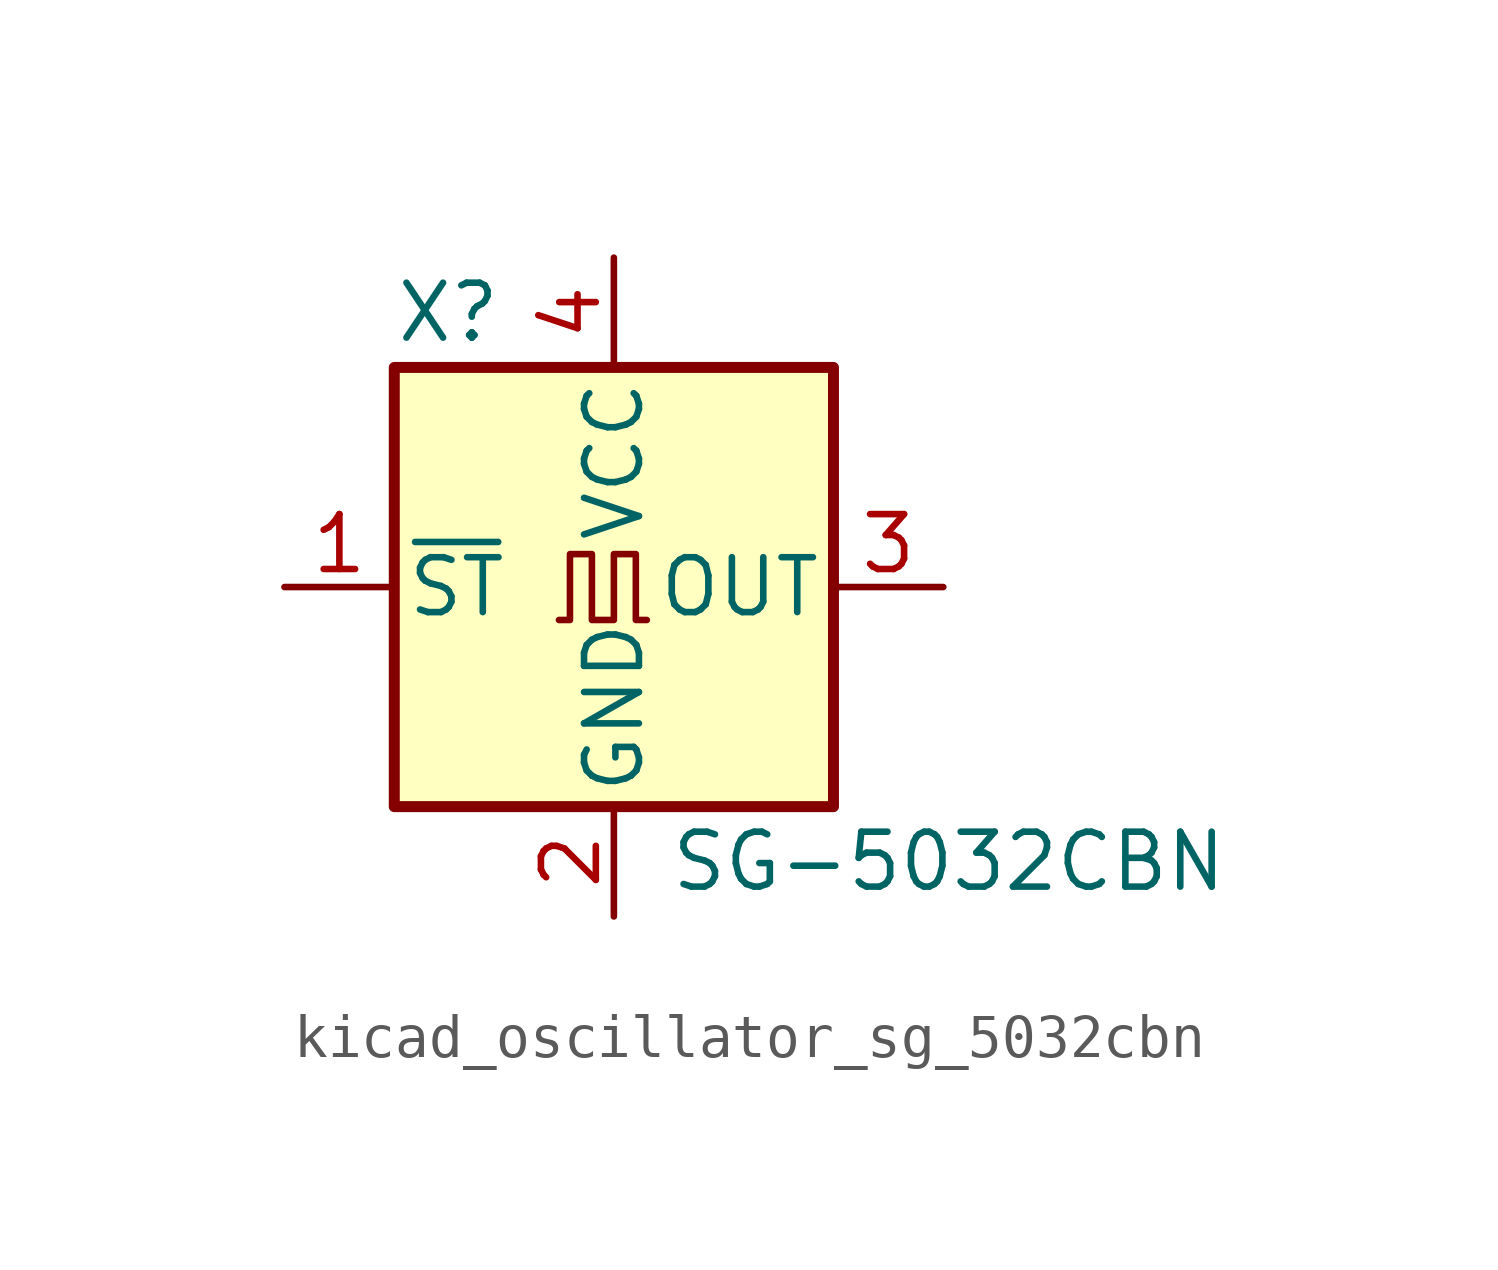
<source format=kicad_sym>
(kicad_symbol_lib
  (version 20220914)
  (generator kicad_symbol_editor)
  (symbol "kicad_oscillator_sg_5032cbn"
    (pin_names
      (offset 0.254))
    (property "Reference" "X"
      (at -5.08 6.35 0)
      (effects (font (size 1.27 1.27)) (justify left)))
    (property "Value" "SG-5032CBN"
      (at 1.27 -6.35 0)
      (effects (font (size 1.27 1.27)) (justify left)))
    (symbol "kicad_oscillator_sg_5032cbn_0_1"
      (rectangle (start -5.08 5.08) (end 5.08 -5.08) (stroke (width 0.254) (type default)) (fill (type background)))
      (polyline (pts (xy -1.27 -0.762) (xy -1.016 -0.762) (xy -1.016 0.762) (xy -0.508 0.762) (xy -0.508 -0.762) (xy 0 -0.762) (xy 0 0.762) (xy 0.508 0.762) (xy 0.508 -0.762) (xy 0.762 -0.762)) (stroke (width 0) (type default)) (fill (type none))))
    (symbol "kicad_oscillator_sg_5032cbn_1_1"
      (pin input line (at -7.62 0 0) (length 2.54) (name "~{ST}" (effects (font (size 1.27 1.27)))) (number "1" (effects (font (size 1.27 1.27)))))
      (pin power_in line (at 0 -7.62 90) (length 2.54) (name "GND" (effects (font (size 1.27 1.27)))) (number "2" (effects (font (size 1.27 1.27)))))
      (pin output line (at 7.62 0 180) (length 2.54) (name "OUT" (effects (font (size 1.27 1.27)))) (number "3" (effects (font (size 1.27 1.27)))))
      (pin power_in line (at 0 7.62 270) (length 2.54) (name "VCC" (effects (font (size 1.27 1.27)))) (number "4" (effects (font (size 1.27 1.27))))))))
</source>
